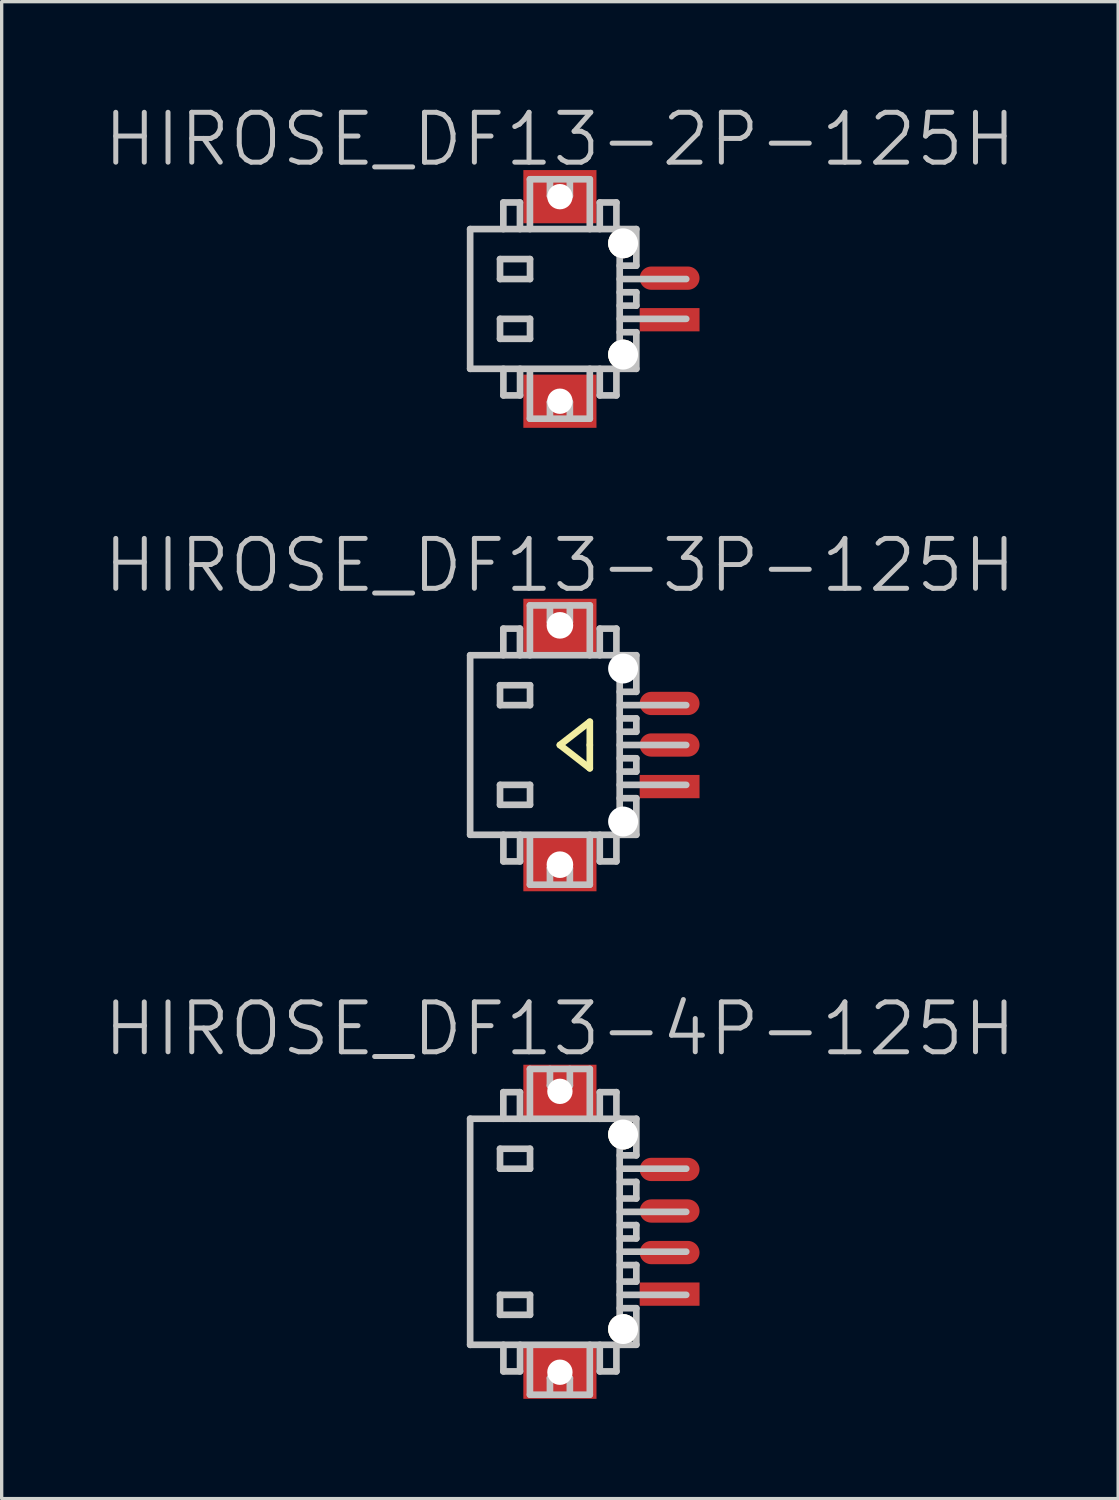
<source format=kicad_pcb>
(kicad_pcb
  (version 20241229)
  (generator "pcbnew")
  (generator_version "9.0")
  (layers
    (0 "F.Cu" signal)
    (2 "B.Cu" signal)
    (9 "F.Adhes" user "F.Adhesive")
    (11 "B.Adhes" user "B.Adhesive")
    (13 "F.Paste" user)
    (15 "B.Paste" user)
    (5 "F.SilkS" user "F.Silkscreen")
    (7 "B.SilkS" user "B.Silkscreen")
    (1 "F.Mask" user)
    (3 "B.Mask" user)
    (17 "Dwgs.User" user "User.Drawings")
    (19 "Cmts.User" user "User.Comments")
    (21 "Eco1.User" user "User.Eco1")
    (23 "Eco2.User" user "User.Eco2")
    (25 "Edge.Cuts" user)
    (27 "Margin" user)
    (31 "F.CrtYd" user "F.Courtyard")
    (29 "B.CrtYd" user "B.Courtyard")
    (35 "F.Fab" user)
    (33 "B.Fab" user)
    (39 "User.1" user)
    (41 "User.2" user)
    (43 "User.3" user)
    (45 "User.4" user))
  (footprint "HIROSE_DF13-4P-125H"
    (layer "F.Cu")
    (at 13.789 33.997)
    (property "Reference" "HIROSE_DF13-4P-125H" (at 0 -6.1 180) (layer "Dwgs.User") (effects (font (size 1.5 1.5) (thickness 0.15))))
    (attr smd)
    (fp_line (start -2.699 -3.401) (end -2.699 3.401) (stroke (width 0.2) (type solid)) (layer "Dwgs.User"))
    (fp_line (start -2.699 -3.399) (end 2.299 -3.399) (stroke (width 0.2) (type solid)) (layer "Dwgs.User"))
    (fp_line (start -1.8 -2.497) (end -1.8 -1.897) (stroke (width 0.2) (type solid)) (layer "Dwgs.User"))
    (fp_line (start -1.8 -1.897) (end -0.898 -1.897) (stroke (width 0.2) (type solid)) (layer "Dwgs.User"))
    (fp_line (start -1.8 1.897) (end -0.898 1.897) (stroke (width 0.2) (type solid)) (layer "Dwgs.User"))
    (fp_line (start -1.8 2.497) (end -1.8 1.897) (stroke (width 0.2) (type solid)) (layer "Dwgs.User"))
    (fp_line (start -1.701 -4.199) (end -1.701 -3.399) (stroke (width 0.2) (type solid)) (layer "Dwgs.User"))
    (fp_line (start -1.699 4.199) (end -1.699 3.399) (stroke (width 0.2) (type solid)) (layer "Dwgs.User"))
    (fp_line (start -1.201 -4.199) (end -1.701 -4.199) (stroke (width 0.2) (type solid)) (layer "Dwgs.User"))
    (fp_line (start -1.201 -3.399) (end -1.201 -4.199) (stroke (width 0.2) (type solid)) (layer "Dwgs.User"))
    (fp_line (start -1.198 3.399) (end -1.198 4.199) (stroke (width 0.2) (type solid)) (layer "Dwgs.User"))
    (fp_line (start -1.198 4.199) (end -1.699 4.199) (stroke (width 0.2) (type solid)) (layer "Dwgs.User"))
    (fp_line (start -0.901 -4.897) (end -0.901 -3.399) (stroke (width 0.2) (type solid)) (layer "Dwgs.User"))
    (fp_line (start -0.901 4.897) (end -0.901 3.498) (stroke (width 0.2) (type solid)) (layer "Dwgs.User"))
    (fp_line (start -0.898 -2.497) (end -1.8 -2.497) (stroke (width 0.2) (type solid)) (layer "Dwgs.User"))
    (fp_line (start -0.898 -1.897) (end -0.898 -2.497) (stroke (width 0.2) (type solid)) (layer "Dwgs.User"))
    (fp_line (start -0.898 1.897) (end -0.898 2.497) (stroke (width 0.2) (type solid)) (layer "Dwgs.User"))
    (fp_line (start -0.898 2.497) (end -1.8 2.497) (stroke (width 0.2) (type solid)) (layer "Dwgs.User"))
    (fp_line (start -0.299 -4.397) (end -0.299 -4.897) (stroke (width 0.2) (type solid)) (layer "Dwgs.User"))
    (fp_line (start -0.299 -4.397) (end 0.3 -4.397) (stroke (width 0.2) (type solid)) (layer "Dwgs.User"))
    (fp_line (start -0.299 4.399) (end 0.3 4.399) (stroke (width 0.2) (type solid)) (layer "Dwgs.User"))
    (fp_line (start -0.299 4.9) (end -0.299 4.399) (stroke (width 0.2) (type solid)) (layer "Dwgs.User"))
    (fp_line (start 0.3 -4.397) (end 0.3 -4.897) (stroke (width 0.2) (type solid)) (layer "Dwgs.User"))
    (fp_line (start 0.3 4.9) (end 0.3 4.399) (stroke (width 0.2) (type solid)) (layer "Dwgs.User"))
    (fp_line (start 0.9 -4.897) (end -0.901 -4.897) (stroke (width 0.2) (type solid)) (layer "Dwgs.User"))
    (fp_line (start 0.9 -3.399) (end 0.9 -4.897) (stroke (width 0.2) (type solid)) (layer "Dwgs.User"))
    (fp_line (start 0.9 4.897) (end 0.9 3.399) (stroke (width 0.2) (type solid)) (layer "Dwgs.User"))
    (fp_line (start 0.9 4.9) (end -0.901 4.9) (stroke (width 0.2) (type solid)) (layer "Dwgs.User"))
    (fp_line (start 1.2 -3.399) (end 1.2 -4.199) (stroke (width 0.2) (type solid)) (layer "Dwgs.User"))
    (fp_line (start 1.2 4.199) (end 1.2 3.399) (stroke (width 0.2) (type solid)) (layer "Dwgs.User"))
    (fp_line (start 1.7 -4.199) (end 1.2 -4.199) (stroke (width 0.2) (type solid)) (layer "Dwgs.User"))
    (fp_line (start 1.7 -4.199) (end 1.7 -3.399) (stroke (width 0.2) (type solid)) (layer "Dwgs.User"))
    (fp_line (start 1.7 3.399) (end 1.7 4.199) (stroke (width 0.2) (type solid)) (layer "Dwgs.User"))
    (fp_line (start 1.7 4.199) (end 1.2 4.199) (stroke (width 0.2) (type solid)) (layer "Dwgs.User"))
    (fp_line (start 1.799 -3.401) (end 1.799 3.401) (stroke (width 0.2) (type solid)) (layer "Dwgs.User"))
    (fp_line (start 1.799 -1.499) (end 2.299 -1.499) (stroke (width 0.2) (type solid)) (layer "Dwgs.User"))
    (fp_line (start 1.799 -0.599) (end 3.8 -0.599) (stroke (width 0.2) (type solid)) (layer "Dwgs.User"))
    (fp_line (start 1.799 0.599) (end 3.8 0.599) (stroke (width 0.2) (type solid)) (layer "Dwgs.User"))
    (fp_line (start 1.799 1.001) (end 2.299 1.001) (stroke (width 0.2) (type solid)) (layer "Dwgs.User"))
    (fp_line (start 1.799 1.897) (end 3.8 1.897) (stroke (width 0.2) (type solid)) (layer "Dwgs.User"))
    (fp_line (start 2.299 -2.299) (end 1.799 -2.299) (stroke (width 0.2) (type solid)) (layer "Dwgs.User"))
    (fp_line (start 2.299 -2.299) (end 2.299 -3.399) (stroke (width 0.2) (type solid)) (layer "Dwgs.User"))
    (fp_line (start 2.299 -1.501) (end 2.299 -1.001) (stroke (width 0.2) (type solid)) (layer "Dwgs.User"))
    (fp_line (start 2.299 -1.001) (end 1.799 -1.001) (stroke (width 0.2) (type solid)) (layer "Dwgs.User"))
    (fp_line (start 2.299 -0.201) (end 1.799 -0.201) (stroke (width 0.2) (type solid)) (layer "Dwgs.User"))
    (fp_line (start 2.299 0.201) (end 1.799 0.201) (stroke (width 0.2) (type solid)) (layer "Dwgs.User"))
    (fp_line (start 2.299 0.201) (end 2.299 -0.201) (stroke (width 0.2) (type solid)) (layer "Dwgs.User"))
    (fp_line (start 2.299 0.998) (end 2.299 1.499) (stroke (width 0.2) (type solid)) (layer "Dwgs.User"))
    (fp_line (start 2.299 1.499) (end 1.799 1.499) (stroke (width 0.2) (type solid)) (layer "Dwgs.User"))
    (fp_line (start 2.299 2.299) (end 1.799 2.299) (stroke (width 0.2) (type solid)) (layer "Dwgs.User"))
    (fp_line (start 2.299 3.399) (end -2.699 3.399) (stroke (width 0.2) (type solid)) (layer "Dwgs.User"))
    (fp_line (start 2.299 3.399) (end 2.299 2.299) (stroke (width 0.2) (type solid)) (layer "Dwgs.User"))
    (fp_line (start 3.8 -1.897) (end 1.799 -1.897) (stroke (width 0.2) (type solid)) (layer "Dwgs.User"))
    (pad "" np_thru_hole rect (at 0.001 -4.224 270) (size 1.6 2.2) (drill 0.762) (layers "F.Cu" "F.Mask" "F.Paste"))
    (pad "" np_thru_hole rect (at 0.001 4.224 270) (size 1.6 2.2) (drill 0.762) (layers "F.Cu" "F.Mask" "F.Paste"))
    (pad "" np_thru_hole circle (at 1.901 -2.926 270) (size 0.9 0.9) (drill 0.899) (layers "*.Cu" "*.Mask" "F.SilkS"))
    (pad "" np_thru_hole circle (at 1.901 2.926 270) (size 0.9 0.9) (drill 0.899) (layers "*.Cu" "*.Mask" "F.SilkS"))
    (pad "1" smd rect (at 3.3 1.875 270) (size 0.7 1.8) (layers "F.Cu" "F.Mask" "F.Paste"))
    (pad "2" smd oval (at 3.3 0.625 270) (size 0.7 1.8) (layers "F.Cu" "F.Mask" "F.Paste"))
    (pad "3" smd oval (at 3.3 -0.625 270) (size 0.7 1.8) (layers "F.Cu" "F.Mask" "F.Paste"))
    (pad "4" smd oval (at 3.3 -1.875 270) (size 0.7 1.8) (layers "F.Cu" "F.Mask" "F.Paste")))
  (footprint "HIROSE_DF13-2P-125H"
    (layer "F.Cu")
    (at 13.789 5.941)
    (property "Reference" "HIROSE_DF13-2P-125H" (at 0 -4.8 180) (layer "Dwgs.User") (effects (font (size 1.5 1.5) (thickness 0.15))))
    (attr smd)
    (fp_line (start -2.699 -2.101) (end 2.299 -2.101) (stroke (width 0.2) (type solid)) (layer "Dwgs.User"))
    (fp_line (start -2.699 2.101) (end -2.699 -2.101) (stroke (width 0.2) (type solid)) (layer "Dwgs.User"))
    (fp_line (start -1.8 -1.199) (end -1.8 -0.599) (stroke (width 0.2) (type solid)) (layer "Dwgs.User"))
    (fp_line (start -1.8 -0.599) (end -0.898 -0.599) (stroke (width 0.2) (type solid)) (layer "Dwgs.User"))
    (fp_line (start -1.8 0.599) (end -0.898 0.599) (stroke (width 0.2) (type solid)) (layer "Dwgs.User"))
    (fp_line (start -1.8 1.199) (end -1.8 0.599) (stroke (width 0.2) (type solid)) (layer "Dwgs.User"))
    (fp_line (start -1.701 -2.901) (end -1.701 -2.101) (stroke (width 0.2) (type solid)) (layer "Dwgs.User"))
    (fp_line (start -1.699 2.901) (end -1.699 2.101) (stroke (width 0.2) (type solid)) (layer "Dwgs.User"))
    (fp_line (start -1.201 -2.901) (end -1.701 -2.901) (stroke (width 0.2) (type solid)) (layer "Dwgs.User"))
    (fp_line (start -1.201 -2.101) (end -1.201 -2.901) (stroke (width 0.2) (type solid)) (layer "Dwgs.User"))
    (fp_line (start -1.198 2.101) (end -1.198 2.901) (stroke (width 0.2) (type solid)) (layer "Dwgs.User"))
    (fp_line (start -1.198 2.901) (end -1.699 2.901) (stroke (width 0.2) (type solid)) (layer "Dwgs.User"))
    (fp_line (start -0.901 -3.599) (end -0.901 -2.101) (stroke (width 0.2) (type solid)) (layer "Dwgs.User"))
    (fp_line (start -0.901 3.599) (end -0.901 2.2) (stroke (width 0.2) (type solid)) (layer "Dwgs.User"))
    (fp_line (start -0.898 -1.199) (end -1.8 -1.199) (stroke (width 0.2) (type solid)) (layer "Dwgs.User"))
    (fp_line (start -0.898 -0.599) (end -0.898 -1.199) (stroke (width 0.2) (type solid)) (layer "Dwgs.User"))
    (fp_line (start -0.898 0.599) (end -0.898 1.199) (stroke (width 0.2) (type solid)) (layer "Dwgs.User"))
    (fp_line (start -0.898 1.199) (end -1.8 1.199) (stroke (width 0.2) (type solid)) (layer "Dwgs.User"))
    (fp_line (start -0.299 -3.099) (end -0.299 -3.599) (stroke (width 0.2) (type solid)) (layer "Dwgs.User"))
    (fp_line (start -0.299 -3.099) (end 0.3 -3.099) (stroke (width 0.2) (type solid)) (layer "Dwgs.User"))
    (fp_line (start -0.299 3.101) (end 0.3 3.101) (stroke (width 0.2) (type solid)) (layer "Dwgs.User"))
    (fp_line (start -0.299 3.602) (end -0.299 3.101) (stroke (width 0.2) (type solid)) (layer "Dwgs.User"))
    (fp_line (start 0.3 -3.099) (end 0.3 -3.599) (stroke (width 0.2) (type solid)) (layer "Dwgs.User"))
    (fp_line (start 0.3 3.602) (end 0.3 3.101) (stroke (width 0.2) (type solid)) (layer "Dwgs.User"))
    (fp_line (start 0.9 -3.599) (end -0.901 -3.599) (stroke (width 0.2) (type solid)) (layer "Dwgs.User"))
    (fp_line (start 0.9 -2.101) (end 0.9 -3.599) (stroke (width 0.2) (type solid)) (layer "Dwgs.User"))
    (fp_line (start 0.9 3.599) (end 0.9 2.101) (stroke (width 0.2) (type solid)) (layer "Dwgs.User"))
    (fp_line (start 0.9 3.602) (end -0.901 3.602) (stroke (width 0.2) (type solid)) (layer "Dwgs.User"))
    (fp_line (start 1.2 -2.101) (end 1.2 -2.901) (stroke (width 0.2) (type solid)) (layer "Dwgs.User"))
    (fp_line (start 1.2 2.901) (end 1.2 2.101) (stroke (width 0.2) (type solid)) (layer "Dwgs.User"))
    (fp_line (start 1.7 -2.901) (end 1.2 -2.901) (stroke (width 0.2) (type solid)) (layer "Dwgs.User"))
    (fp_line (start 1.7 -2.901) (end 1.7 -2.101) (stroke (width 0.2) (type solid)) (layer "Dwgs.User"))
    (fp_line (start 1.7 2.101) (end 1.7 2.901) (stroke (width 0.2) (type solid)) (layer "Dwgs.User"))
    (fp_line (start 1.7 2.901) (end 1.2 2.901) (stroke (width 0.2) (type solid)) (layer "Dwgs.User"))
    (fp_line (start 1.799 0.599) (end 3.8 0.599) (stroke (width 0.2) (type solid)) (layer "Dwgs.User"))
    (fp_line (start 1.799 2.101) (end 1.799 -2.101) (stroke (width 0.2) (type solid)) (layer "Dwgs.User"))
    (fp_line (start 2.299 -1.001) (end 1.799 -1.001) (stroke (width 0.2) (type solid)) (layer "Dwgs.User"))
    (fp_line (start 2.299 -1.001) (end 2.299 -2.101) (stroke (width 0.2) (type solid)) (layer "Dwgs.User"))
    (fp_line (start 2.299 -0.201) (end 1.799 -0.201) (stroke (width 0.2) (type solid)) (layer "Dwgs.User"))
    (fp_line (start 2.299 0.201) (end 1.799 0.201) (stroke (width 0.2) (type solid)) (layer "Dwgs.User"))
    (fp_line (start 2.299 0.201) (end 2.299 -0.201) (stroke (width 0.2) (type solid)) (layer "Dwgs.User"))
    (fp_line (start 2.299 1.001) (end 1.799 1.001) (stroke (width 0.2) (type solid)) (layer "Dwgs.User"))
    (fp_line (start 2.299 2.101) (end -2.699 2.101) (stroke (width 0.2) (type solid)) (layer "Dwgs.User"))
    (fp_line (start 2.299 2.101) (end 2.299 1.001) (stroke (width 0.2) (type solid)) (layer "Dwgs.User"))
    (fp_line (start 3.8 -0.599) (end 1.799 -0.599) (stroke (width 0.2) (type solid)) (layer "Dwgs.User"))
    (pad "" np_thru_hole rect (at 0.001 -3.076 270) (size 1.6 2.2) (drill 0.762) (layers "F.Cu" "F.Mask" "F.Paste"))
    (pad "" np_thru_hole rect (at 0.001 3.076 270) (size 1.6 2.2) (drill 0.762) (layers "F.Cu" "F.Mask" "F.Paste"))
    (pad "" np_thru_hole circle (at 1.901 -1.674 270) (size 0.9 0.9) (drill 0.899) (layers "*.Cu" "*.Mask" "F.SilkS"))
    (pad "" np_thru_hole circle (at 1.901 1.674 270) (size 0.9 0.9) (drill 0.899) (layers "*.Cu" "*.Mask" "F.SilkS"))
    (pad "1" smd rect (at 3.3 0.625 270) (size 0.7 1.8) (layers "F.Cu" "F.Mask" "F.Paste"))
    (pad "2" smd oval (at 3.3 -0.625 270) (size 0.7 1.8) (layers "F.Cu" "F.Mask" "F.Paste")))
  (footprint "HIROSE_DF13-3P-125H"
    (layer "F.Cu")
    (at 13.789 19.357)
    (property "Reference" "HIROSE_DF13-3P-125H" (at 0 -5.4 180) (layer "Dwgs.User") (effects (font (size 1.5 1.5) (thickness 0.15))))
    (attr smd)
    (fp_line (start 0 0) (end 0.9 0.7) (stroke (width 0.2) (type solid)) (layer "F.SilkS"))
    (fp_line (start 0.9 -0.7) (end 0 0) (stroke (width 0.2) (type solid)) (layer "F.SilkS"))
    (fp_line (start 0.9 0) (end 0.9 -0.7) (stroke (width 0.2) (type solid)) (layer "F.SilkS"))
    (fp_line (start 0.9 0.7) (end 0.9 0) (stroke (width 0.2) (type solid)) (layer "F.SilkS"))
    (fp_line (start -2.699 -2.7) (end -2.699 2.7) (stroke (width 0.2) (type solid)) (layer "Dwgs.User"))
    (fp_line (start -2.699 -2.7) (end 2.299 -2.7) (stroke (width 0.2) (type solid)) (layer "Dwgs.User"))
    (fp_line (start -1.8 -1.798) (end -1.8 -1.199) (stroke (width 0.2) (type solid)) (layer "Dwgs.User"))
    (fp_line (start -1.8 -1.199) (end -0.898 -1.199) (stroke (width 0.2) (type solid)) (layer "Dwgs.User"))
    (fp_line (start -1.8 1.199) (end -0.898 1.199) (stroke (width 0.2) (type solid)) (layer "Dwgs.User"))
    (fp_line (start -1.8 1.798) (end -1.8 1.199) (stroke (width 0.2) (type solid)) (layer "Dwgs.User"))
    (fp_line (start -1.701 -3.5) (end -1.701 -2.7) (stroke (width 0.2) (type solid)) (layer "Dwgs.User"))
    (fp_line (start -1.699 3.5) (end -1.699 2.7) (stroke (width 0.2) (type solid)) (layer "Dwgs.User"))
    (fp_line (start -1.201 -3.5) (end -1.701 -3.5) (stroke (width 0.2) (type solid)) (layer "Dwgs.User"))
    (fp_line (start -1.201 -2.7) (end -1.201 -3.5) (stroke (width 0.2) (type solid)) (layer "Dwgs.User"))
    (fp_line (start -1.198 2.7) (end -1.198 3.5) (stroke (width 0.2) (type solid)) (layer "Dwgs.User"))
    (fp_line (start -1.198 3.5) (end -1.699 3.5) (stroke (width 0.2) (type solid)) (layer "Dwgs.User"))
    (fp_line (start -0.901 -4.199) (end -0.901 -2.7) (stroke (width 0.2) (type solid)) (layer "Dwgs.User"))
    (fp_line (start -0.901 4.199) (end -0.901 2.799) (stroke (width 0.2) (type solid)) (layer "Dwgs.User"))
    (fp_line (start -0.898 -1.798) (end -1.8 -1.798) (stroke (width 0.2) (type solid)) (layer "Dwgs.User"))
    (fp_line (start -0.898 -1.199) (end -0.898 -1.798) (stroke (width 0.2) (type solid)) (layer "Dwgs.User"))
    (fp_line (start -0.898 1.199) (end -0.898 1.798) (stroke (width 0.2) (type solid)) (layer "Dwgs.User"))
    (fp_line (start -0.898 1.798) (end -1.8 1.798) (stroke (width 0.2) (type solid)) (layer "Dwgs.User"))
    (fp_line (start -0.299 -3.698) (end -0.299 -4.199) (stroke (width 0.2) (type solid)) (layer "Dwgs.User"))
    (fp_line (start -0.299 -3.698) (end 0.3 -3.698) (stroke (width 0.2) (type solid)) (layer "Dwgs.User"))
    (fp_line (start -0.299 3.701) (end 0.3 3.701) (stroke (width 0.2) (type solid)) (layer "Dwgs.User"))
    (fp_line (start -0.299 4.201) (end -0.299 3.701) (stroke (width 0.2) (type solid)) (layer "Dwgs.User"))
    (fp_line (start 0.3 -3.698) (end 0.3 -4.199) (stroke (width 0.2) (type solid)) (layer "Dwgs.User"))
    (fp_line (start 0.3 4.201) (end 0.3 3.701) (stroke (width 0.2) (type solid)) (layer "Dwgs.User"))
    (fp_line (start 0.9 -4.199) (end -0.901 -4.199) (stroke (width 0.2) (type solid)) (layer "Dwgs.User"))
    (fp_line (start 0.9 -2.7) (end 0.9 -4.199) (stroke (width 0.2) (type solid)) (layer "Dwgs.User"))
    (fp_line (start 0.9 4.199) (end 0.9 2.7) (stroke (width 0.2) (type solid)) (layer "Dwgs.User"))
    (fp_line (start 0.9 4.201) (end -0.901 4.201) (stroke (width 0.2) (type solid)) (layer "Dwgs.User"))
    (fp_line (start 1.2 -2.7) (end 1.2 -3.5) (stroke (width 0.2) (type solid)) (layer "Dwgs.User"))
    (fp_line (start 1.2 3.5) (end 1.2 2.7) (stroke (width 0.2) (type solid)) (layer "Dwgs.User"))
    (fp_line (start 1.7 -3.5) (end 1.2 -3.5) (stroke (width 0.2) (type solid)) (layer "Dwgs.User"))
    (fp_line (start 1.7 -3.5) (end 1.7 -2.7) (stroke (width 0.2) (type solid)) (layer "Dwgs.User"))
    (fp_line (start 1.7 2.7) (end 1.7 3.5) (stroke (width 0.2) (type solid)) (layer "Dwgs.User"))
    (fp_line (start 1.7 3.5) (end 1.2 3.5) (stroke (width 0.2) (type solid)) (layer "Dwgs.User"))
    (fp_line (start 1.799 -2.7) (end 1.799 2.7) (stroke (width 0.2) (type solid)) (layer "Dwgs.User"))
    (fp_line (start 1.799 -0.8) (end 2.299 -0.8) (stroke (width 0.2) (type solid)) (layer "Dwgs.User"))
    (fp_line (start 1.799 0) (end 3.8 0) (stroke (width 0.2) (type solid)) (layer "Dwgs.User"))
    (fp_line (start 1.799 1.199) (end 3.8 1.199) (stroke (width 0.2) (type solid)) (layer "Dwgs.User"))
    (fp_line (start 2.299 -1.6) (end 1.799 -1.6) (stroke (width 0.2) (type solid)) (layer "Dwgs.User"))
    (fp_line (start 2.299 -1.6) (end 2.299 -2.7) (stroke (width 0.2) (type solid)) (layer "Dwgs.User"))
    (fp_line (start 2.299 -0.8) (end 2.299 -0.399) (stroke (width 0.2) (type solid)) (layer "Dwgs.User"))
    (fp_line (start 2.299 -0.399) (end 1.799 -0.399) (stroke (width 0.2) (type solid)) (layer "Dwgs.User"))
    (fp_line (start 2.299 0.399) (end 1.799 0.399) (stroke (width 0.2) (type solid)) (layer "Dwgs.User"))
    (fp_line (start 2.299 0.8) (end 1.799 0.8) (stroke (width 0.2) (type solid)) (layer "Dwgs.User"))
    (fp_line (start 2.299 0.8) (end 2.299 0.399) (stroke (width 0.2) (type solid)) (layer "Dwgs.User"))
    (fp_line (start 2.299 1.6) (end 1.799 1.6) (stroke (width 0.2) (type solid)) (layer "Dwgs.User"))
    (fp_line (start 2.299 2.7) (end -2.699 2.7) (stroke (width 0.2) (type solid)) (layer "Dwgs.User"))
    (fp_line (start 2.299 2.7) (end 2.299 1.6) (stroke (width 0.2) (type solid)) (layer "Dwgs.User"))
    (fp_line (start 3.8 -1.199) (end 1.799 -1.199) (stroke (width 0.2) (type solid)) (layer "Dwgs.User"))
    (pad "" np_thru_hole rect (at 0.001 -3.599 270) (size 1.6 2.2) (drill 0.8) (layers "F.Cu" "F.Mask" "F.Paste"))
    (pad "" np_thru_hole rect (at 0.001 3.599 270) (size 1.6 2.2) (drill 0.8) (layers "F.Cu" "F.Mask" "F.Paste"))
    (pad "" np_thru_hole circle (at 1.901 -2.301 270) (size 0.9 0.9) (drill 0.9) (layers "*.Cu" "*.Mask"))
    (pad "" np_thru_hole circle (at 1.901 2.301 270) (size 0.9 0.9) (drill 0.9) (layers "*.Cu" "*.Mask"))
    (pad "1" smd rect (at 3.3 1.25 270) (size 0.7 1.8) (layers "F.Cu" "F.Mask" "F.Paste"))
    (pad "2" smd oval (at 3.3 0 270) (size 0.7 1.8) (layers "F.Cu" "F.Mask" "F.Paste"))
    (pad "3" smd oval (at 3.3 -1.25 270) (size 0.7 1.8) (layers "F.Cu" "F.Mask" "F.Paste")))
  (gr_rect
    (start -3 -3)
    (end 30.579 42.021)
    (stroke (width 0.1) (type default))
    (fill no)
    (layer "Edge.Cuts")))
</source>
